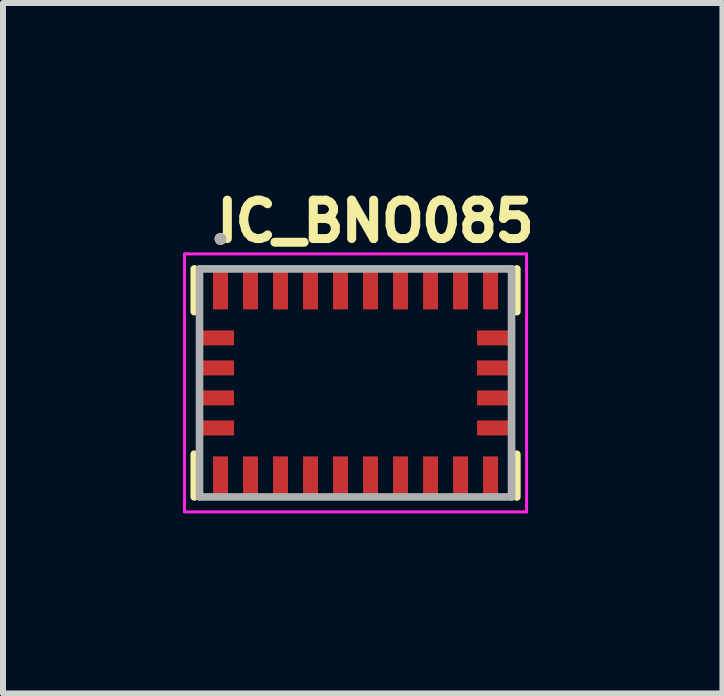
<source format=kicad_pcb>
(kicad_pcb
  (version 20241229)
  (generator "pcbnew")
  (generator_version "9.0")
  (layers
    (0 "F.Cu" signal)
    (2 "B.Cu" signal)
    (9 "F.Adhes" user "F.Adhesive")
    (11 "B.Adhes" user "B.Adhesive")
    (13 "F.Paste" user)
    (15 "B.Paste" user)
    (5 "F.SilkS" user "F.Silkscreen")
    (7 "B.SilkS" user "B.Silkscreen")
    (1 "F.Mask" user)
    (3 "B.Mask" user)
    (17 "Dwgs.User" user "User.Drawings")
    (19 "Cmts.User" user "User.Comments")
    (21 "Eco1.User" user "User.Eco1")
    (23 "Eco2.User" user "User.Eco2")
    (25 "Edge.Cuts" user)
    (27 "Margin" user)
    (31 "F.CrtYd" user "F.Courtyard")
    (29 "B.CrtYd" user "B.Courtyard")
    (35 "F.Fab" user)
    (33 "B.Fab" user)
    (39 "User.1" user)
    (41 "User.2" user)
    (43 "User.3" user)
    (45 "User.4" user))
  (footprint "IC_BNO085"
    (layer "F.Cu")
    (at 2.875 3.331)
    (property "Reference" "IC_BNO085" (at 0.332 -2.694 0) (layer "F.SilkS") (effects (font (size 0.64 0.64) (thickness 0.15))))
    (attr smd)
    (fp_line (start -2.688 -1.9) (end -2.688 -1.188) (stroke (width 0.127) (type solid)) (layer "F.SilkS"))
    (fp_line (start -2.688 1.9) (end -2.688 1.188) (stroke (width 0.127) (type solid)) (layer "F.SilkS"))
    (fp_line (start 2.688 -1.9) (end 2.688 -1.188) (stroke (width 0.127) (type solid)) (layer "F.SilkS"))
    (fp_line (start 2.688 1.9) (end 2.688 1.188) (stroke (width 0.127) (type solid)) (layer "F.SilkS"))
    (fp_circle (center -2.25 -2.4) (end -2.2 -2.4) (stroke (width 0.1) (type solid)) (fill no) (layer "F.SilkS"))
    (fp_line (start -2.85 -2.15) (end 2.85 -2.15) (stroke (width 0.05) (type solid)) (layer "F.CrtYd"))
    (fp_line (start -2.85 2.15) (end -2.85 -2.15) (stroke (width 0.05) (type solid)) (layer "F.CrtYd"))
    (fp_line (start 2.85 -2.15) (end 2.85 2.15) (stroke (width 0.05) (type solid)) (layer "F.CrtYd"))
    (fp_line (start 2.85 2.15) (end -2.85 2.15) (stroke (width 0.05) (type solid)) (layer "F.CrtYd"))
    (fp_line (start -2.6 -1.9) (end 2.6 -1.9) (stroke (width 0.127) (type solid)) (layer "F.Fab"))
    (fp_line (start -2.6 1.9) (end -2.6 -1.9) (stroke (width 0.127) (type solid)) (layer "F.Fab"))
    (fp_line (start 2.6 -1.9) (end 2.6 1.9) (stroke (width 0.127) (type solid)) (layer "F.Fab"))
    (fp_line (start 2.6 1.9) (end -2.6 1.9) (stroke (width 0.127) (type solid)) (layer "F.Fab"))
    (fp_circle (center -2.25 -2.4) (end -2.2 -2.4) (stroke (width 0.1) (type solid)) (fill no) (layer "F.Fab"))
    (pad "1" smd rect (at -2.25 -1.562) (size 0.25 0.675) (layers "F.Cu" "F.Mask" "F.Paste"))
    (pad "2" smd rect (at -2.312 -0.75) (size 0.575 0.25) (layers "F.Cu" "F.Mask" "F.Paste"))
    (pad "3" smd rect (at -2.312 -0.25) (size 0.575 0.25) (layers "F.Cu" "F.Mask" "F.Paste"))
    (pad "4" smd rect (at -2.312 0.25) (size 0.575 0.25) (layers "F.Cu" "F.Mask" "F.Paste"))
    (pad "5" smd rect (at -2.312 0.75) (size 0.575 0.25) (layers "F.Cu" "F.Mask" "F.Paste"))
    (pad "6" smd rect (at -2.25 1.562) (size 0.25 0.675) (layers "F.Cu" "F.Mask" "F.Paste"))
    (pad "7" smd rect (at -1.75 1.562) (size 0.25 0.675) (layers "F.Cu" "F.Mask" "F.Paste"))
    (pad "8" smd rect (at -1.25 1.562) (size 0.25 0.675) (layers "F.Cu" "F.Mask" "F.Paste"))
    (pad "9" smd rect (at -0.75 1.562) (size 0.25 0.675) (layers "F.Cu" "F.Mask" "F.Paste"))
    (pad "10" smd rect (at -0.25 1.562) (size 0.25 0.675) (layers "F.Cu" "F.Mask" "F.Paste"))
    (pad "11" smd rect (at 0.25 1.562) (size 0.25 0.675) (layers "F.Cu" "F.Mask" "F.Paste"))
    (pad "12" smd rect (at 0.75 1.562) (size 0.25 0.675) (layers "F.Cu" "F.Mask" "F.Paste"))
    (pad "13" smd rect (at 1.25 1.562) (size 0.25 0.675) (layers "F.Cu" "F.Mask" "F.Paste"))
    (pad "14" smd rect (at 1.75 1.562) (size 0.25 0.675) (layers "F.Cu" "F.Mask" "F.Paste"))
    (pad "15" smd rect (at 2.25 1.562) (size 0.25 0.675) (layers "F.Cu" "F.Mask" "F.Paste"))
    (pad "16" smd rect (at 2.312 0.75) (size 0.575 0.25) (layers "F.Cu" "F.Mask" "F.Paste"))
    (pad "17" smd rect (at 2.312 0.25) (size 0.575 0.25) (layers "F.Cu" "F.Mask" "F.Paste"))
    (pad "18" smd rect (at 2.312 -0.25) (size 0.575 0.25) (layers "F.Cu" "F.Mask" "F.Paste"))
    (pad "19" smd rect (at 2.312 -0.75) (size 0.575 0.25) (layers "F.Cu" "F.Mask" "F.Paste"))
    (pad "20" smd rect (at 2.25 -1.562) (size 0.25 0.675) (layers "F.Cu" "F.Mask" "F.Paste"))
    (pad "21" smd rect (at 1.75 -1.562) (size 0.25 0.675) (layers "F.Cu" "F.Mask" "F.Paste"))
    (pad "22" smd rect (at 1.25 -1.562) (size 0.25 0.675) (layers "F.Cu" "F.Mask" "F.Paste"))
    (pad "23" smd rect (at 0.75 -1.562) (size 0.25 0.675) (layers "F.Cu" "F.Mask" "F.Paste"))
    (pad "24" smd rect (at 0.25 -1.562) (size 0.25 0.675) (layers "F.Cu" "F.Mask" "F.Paste"))
    (pad "25" smd rect (at -0.25 -1.562) (size 0.25 0.675) (layers "F.Cu" "F.Mask" "F.Paste"))
    (pad "26" smd rect (at -0.75 -1.562) (size 0.25 0.675) (layers "F.Cu" "F.Mask" "F.Paste"))
    (pad "27" smd rect (at -1.25 -1.562) (size 0.25 0.675) (layers "F.Cu" "F.Mask" "F.Paste"))
    (pad "28" smd rect (at -1.75 -1.562) (size 0.25 0.675) (layers "F.Cu" "F.Mask" "F.Paste")))
  (gr_rect
    (start -3 -3)
    (end 8.989 8.506)
    (stroke (width 0.1) (type default))
    (fill no)
    (layer "Edge.Cuts")))
</source>
